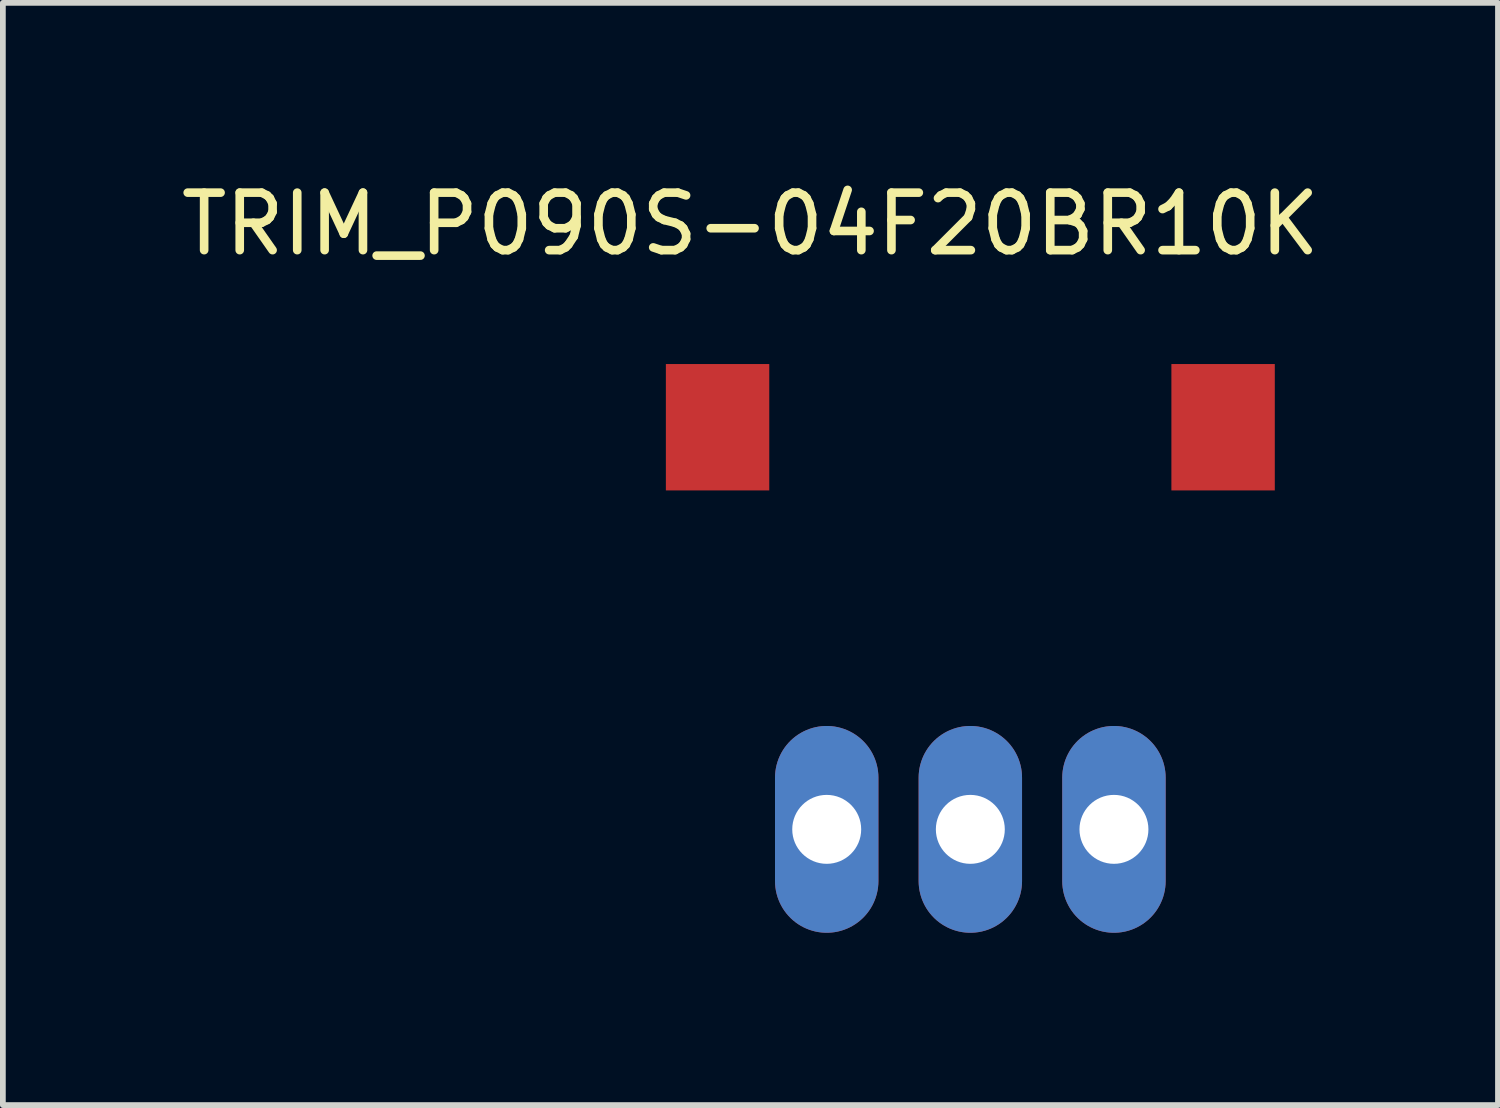
<source format=kicad_pcb>
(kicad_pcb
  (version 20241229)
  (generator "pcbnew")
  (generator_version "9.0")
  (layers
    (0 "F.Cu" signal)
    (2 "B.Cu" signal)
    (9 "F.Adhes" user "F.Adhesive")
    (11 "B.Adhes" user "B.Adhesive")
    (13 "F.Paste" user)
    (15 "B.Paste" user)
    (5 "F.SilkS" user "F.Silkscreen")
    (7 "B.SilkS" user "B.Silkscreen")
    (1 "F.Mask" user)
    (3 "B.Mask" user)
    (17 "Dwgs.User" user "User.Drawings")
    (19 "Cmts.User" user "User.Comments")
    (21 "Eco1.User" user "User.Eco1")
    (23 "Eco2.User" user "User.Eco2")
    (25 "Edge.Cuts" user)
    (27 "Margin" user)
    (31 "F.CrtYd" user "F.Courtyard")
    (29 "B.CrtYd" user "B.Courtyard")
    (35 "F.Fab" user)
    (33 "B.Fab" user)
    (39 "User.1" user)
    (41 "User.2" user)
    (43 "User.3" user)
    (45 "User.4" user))
  (footprint "TRIM_P090S-04F20BR10K"
    (layer "F.Cu")
    (at 13.841 5.487)
    (property "Reference" "TRIM_P090S-04F20BR10K" (at -3.828 -4.638 0) (layer "F.SilkS") (effects (font (size 1.001 1.001) (thickness 0.15))))
    (attr through_hole)
    (pad "1" thru_hole oval (at -2.5 5.9) (size 1.8 3.6) (drill 1.2) (layers "*.Cu" "*.Mask"))
    (pad "2" thru_hole oval (at 0 5.9) (size 1.8 3.6) (drill 1.2) (layers "*.Cu" "*.Mask"))
    (pad "3" thru_hole oval (at 2.5 5.9) (size 1.8 3.6) (drill 1.2) (layers "*.Cu" "*.Mask"))
    (pad "PAD" smd rect (at -4.4 -1.1) (size 1.8 2.2) (layers "F.Cu" "F.Mask" "F.Paste"))
    (pad "PAD." smd rect (at 4.4 -1.1) (size 1.8 2.2) (layers "F.Cu" "F.Mask" "F.Paste")))
  (gr_rect
    (start -3 -3)
    (end 23.026 16.187)
    (stroke (width 0.1) (type default))
    (fill no)
    (layer "Edge.Cuts")))
</source>
